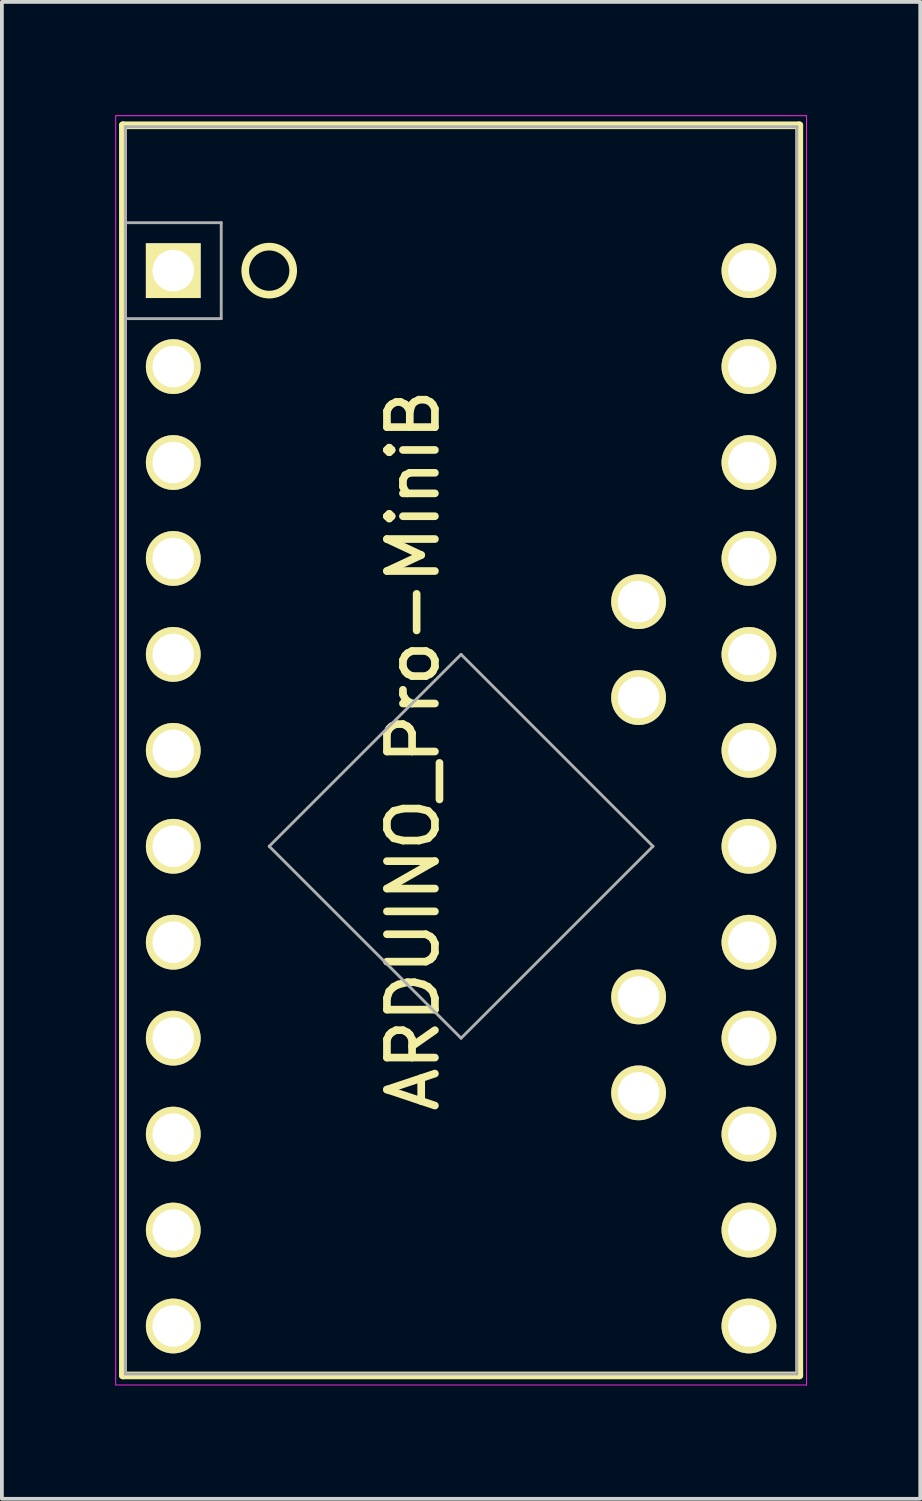
<source format=kicad_pcb>
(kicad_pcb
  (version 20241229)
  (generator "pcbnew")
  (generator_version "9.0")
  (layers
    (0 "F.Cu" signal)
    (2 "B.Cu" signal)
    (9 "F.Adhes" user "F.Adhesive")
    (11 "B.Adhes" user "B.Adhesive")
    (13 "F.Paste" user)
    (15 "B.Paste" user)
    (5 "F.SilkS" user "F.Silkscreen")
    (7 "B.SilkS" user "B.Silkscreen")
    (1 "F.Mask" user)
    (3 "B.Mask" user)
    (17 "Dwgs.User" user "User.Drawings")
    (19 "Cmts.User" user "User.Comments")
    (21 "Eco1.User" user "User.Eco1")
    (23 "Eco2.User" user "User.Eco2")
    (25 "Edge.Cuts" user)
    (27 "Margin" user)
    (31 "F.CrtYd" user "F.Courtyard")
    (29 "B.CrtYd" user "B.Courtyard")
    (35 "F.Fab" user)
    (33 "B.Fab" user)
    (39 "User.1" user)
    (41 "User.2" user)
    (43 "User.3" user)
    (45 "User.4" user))
  (footprint "ARDUINO_Pro-MiniB"
    (layer "F.Cu")
    (at 9.157 16.815)
    (property "Reference" "ARDUINO_Pro-MiniB" (at -1.27 0 90) (layer "F.SilkS") (effects (font (size 1.27 1.27) (thickness 0.203))))
    (attr through_hole)
    (fp_line (start -8.954 -16.548) (end 8.954 -16.548) (stroke (width 0.203) (type solid)) (layer "F.SilkS"))
    (fp_line (start -8.954 16.548) (end -8.954 -16.548) (stroke (width 0.203) (type solid)) (layer "F.SilkS"))
    (fp_line (start 8.954 -16.548) (end 8.954 16.548) (stroke (width 0.203) (type solid)) (layer "F.SilkS"))
    (fp_line (start 8.954 16.548) (end -8.954 16.548) (stroke (width 0.203) (type solid)) (layer "F.SilkS"))
    (fp_circle (center -5.08 -12.7) (end -4.445 -12.7) (stroke (width 0.203) (type solid)) (fill no) (layer "F.SilkS"))
    (fp_line (start -9.144 -16.802) (end 9.144 -16.802) (stroke (width 0.025) (type solid)) (layer "F.CrtYd"))
    (fp_line (start -9.144 16.802) (end -9.144 -16.802) (stroke (width 0.025) (type solid)) (layer "F.CrtYd"))
    (fp_line (start 9.144 -16.802) (end 9.144 16.802) (stroke (width 0.025) (type solid)) (layer "F.CrtYd"))
    (fp_line (start 9.144 16.802) (end -9.144 16.802) (stroke (width 0.025) (type solid)) (layer "F.CrtYd"))
    (fp_line (start -8.89 -16.51) (end 8.89 -16.51) (stroke (width 0.076) (type solid)) (layer "F.Fab"))
    (fp_line (start -8.89 -13.97) (end -6.35 -13.97) (stroke (width 0.076) (type solid)) (layer "F.Fab"))
    (fp_line (start -8.89 16.51) (end -8.89 -16.51) (stroke (width 0.076) (type solid)) (layer "F.Fab"))
    (fp_line (start -6.35 -13.97) (end -6.35 -11.43) (stroke (width 0.076) (type solid)) (layer "F.Fab"))
    (fp_line (start -6.35 -11.43) (end -8.89 -11.43) (stroke (width 0.076) (type solid)) (layer "F.Fab"))
    (fp_line (start -5.08 2.54) (end 0 7.62) (stroke (width 0.076) (type solid)) (layer "F.Fab"))
    (fp_line (start 0 -2.54) (end -5.08 2.54) (stroke (width 0.076) (type solid)) (layer "F.Fab"))
    (fp_line (start 0 7.62) (end 5.08 2.54) (stroke (width 0.076) (type solid)) (layer "F.Fab"))
    (fp_line (start 5.08 2.54) (end 0 -2.54) (stroke (width 0.076) (type solid)) (layer "F.Fab"))
    (fp_line (start 8.89 -16.51) (end 8.89 16.51) (stroke (width 0.076) (type solid)) (layer "F.Fab"))
    (fp_line (start 8.89 16.51) (end -8.89 16.51) (stroke (width 0.076) (type solid)) (layer "F.Fab"))
    (pad "1" thru_hole rect (at -7.62 -12.7) (size 1.45 1.45) (drill 1.1) (layers "*.Cu" "*.Mask" "F.SilkS"))
    (pad "2" thru_hole circle (at -7.62 -10.16) (size 1.45 1.45) (drill 1.1) (layers "*.Cu" "*.Mask" "F.SilkS"))
    (pad "3" thru_hole circle (at -7.62 -7.62) (size 1.45 1.45) (drill 1.1) (layers "*.Cu" "*.Mask" "F.SilkS"))
    (pad "4" thru_hole circle (at -7.62 -5.08) (size 1.45 1.45) (drill 1.1) (layers "*.Cu" "*.Mask" "F.SilkS"))
    (pad "5" thru_hole circle (at -7.62 -2.54) (size 1.45 1.45) (drill 1.1) (layers "*.Cu" "*.Mask" "F.SilkS"))
    (pad "6" thru_hole circle (at -7.62 0) (size 1.45 1.45) (drill 1.1) (layers "*.Cu" "*.Mask" "F.SilkS"))
    (pad "7" thru_hole circle (at -7.62 2.54) (size 1.45 1.45) (drill 1.1) (layers "*.Cu" "*.Mask" "F.SilkS"))
    (pad "8" thru_hole circle (at -7.62 5.08) (size 1.45 1.45) (drill 1.1) (layers "*.Cu" "*.Mask" "F.SilkS"))
    (pad "9" thru_hole circle (at -7.62 7.62) (size 1.45 1.45) (drill 1.1) (layers "*.Cu" "*.Mask" "F.SilkS"))
    (pad "10" thru_hole circle (at -7.62 10.16) (size 1.45 1.45) (drill 1.1) (layers "*.Cu" "*.Mask" "F.SilkS"))
    (pad "11" thru_hole circle (at -7.62 12.7) (size 1.45 1.45) (drill 1.1) (layers "*.Cu" "*.Mask" "F.SilkS"))
    (pad "12" thru_hole circle (at -7.62 15.24) (size 1.45 1.45) (drill 1.1) (layers "*.Cu" "*.Mask" "F.SilkS"))
    (pad "13" thru_hole circle (at 7.62 15.24) (size 1.45 1.45) (drill 1.1) (layers "*.Cu" "*.Mask" "F.SilkS"))
    (pad "14" thru_hole circle (at 7.62 12.7) (size 1.45 1.45) (drill 1.1) (layers "*.Cu" "*.Mask" "F.SilkS"))
    (pad "15" thru_hole circle (at 7.62 10.16) (size 1.45 1.45) (drill 1.1) (layers "*.Cu" "*.Mask" "F.SilkS"))
    (pad "16" thru_hole circle (at 7.62 7.62) (size 1.45 1.45) (drill 1.1) (layers "*.Cu" "*.Mask" "F.SilkS"))
    (pad "17" thru_hole circle (at 7.62 5.08) (size 1.45 1.45) (drill 1.1) (layers "*.Cu" "*.Mask" "F.SilkS"))
    (pad "18" thru_hole circle (at 7.62 2.54) (size 1.45 1.45) (drill 1.1) (layers "*.Cu" "*.Mask" "F.SilkS"))
    (pad "19" thru_hole circle (at 7.62 0) (size 1.45 1.45) (drill 1.1) (layers "*.Cu" "*.Mask" "F.SilkS"))
    (pad "20" thru_hole circle (at 7.62 -2.54) (size 1.45 1.45) (drill 1.1) (layers "*.Cu" "*.Mask" "F.SilkS"))
    (pad "21" thru_hole circle (at 7.62 -5.08) (size 1.45 1.45) (drill 1.1) (layers "*.Cu" "*.Mask" "F.SilkS"))
    (pad "22" thru_hole circle (at 7.62 -7.62) (size 1.45 1.45) (drill 1.1) (layers "*.Cu" "*.Mask" "F.SilkS"))
    (pad "23" thru_hole circle (at 7.62 -10.16) (size 1.45 1.45) (drill 1.1) (layers "*.Cu" "*.Mask" "F.SilkS"))
    (pad "24" thru_hole circle (at 7.62 -12.7) (size 1.45 1.45) (drill 1.1) (layers "*.Cu" "*.Mask" "F.SilkS"))
    (pad "A4" thru_hole circle (at 4.699 -1.397) (size 1.45 1.45) (drill 1.1) (layers "*.Cu" "*.Mask" "F.SilkS"))
    (pad "A5" thru_hole circle (at 4.699 -3.937) (size 1.45 1.45) (drill 1.1) (layers "*.Cu" "*.Mask" "F.SilkS"))
    (pad "A6" thru_hole circle (at 4.699 9.068) (size 1.45 1.45) (drill 1.1) (layers "*.Cu" "*.Mask" "F.SilkS"))
    (pad "A7" thru_hole circle (at 4.699 6.528) (size 1.45 1.45) (drill 1.1) (layers "*.Cu" "*.Mask" "F.SilkS")))
  (gr_rect
    (start -3 -3)
    (end 21.313 36.63)
    (stroke (width 0.1) (type default))
    (fill no)
    (layer "Edge.Cuts")))
</source>
